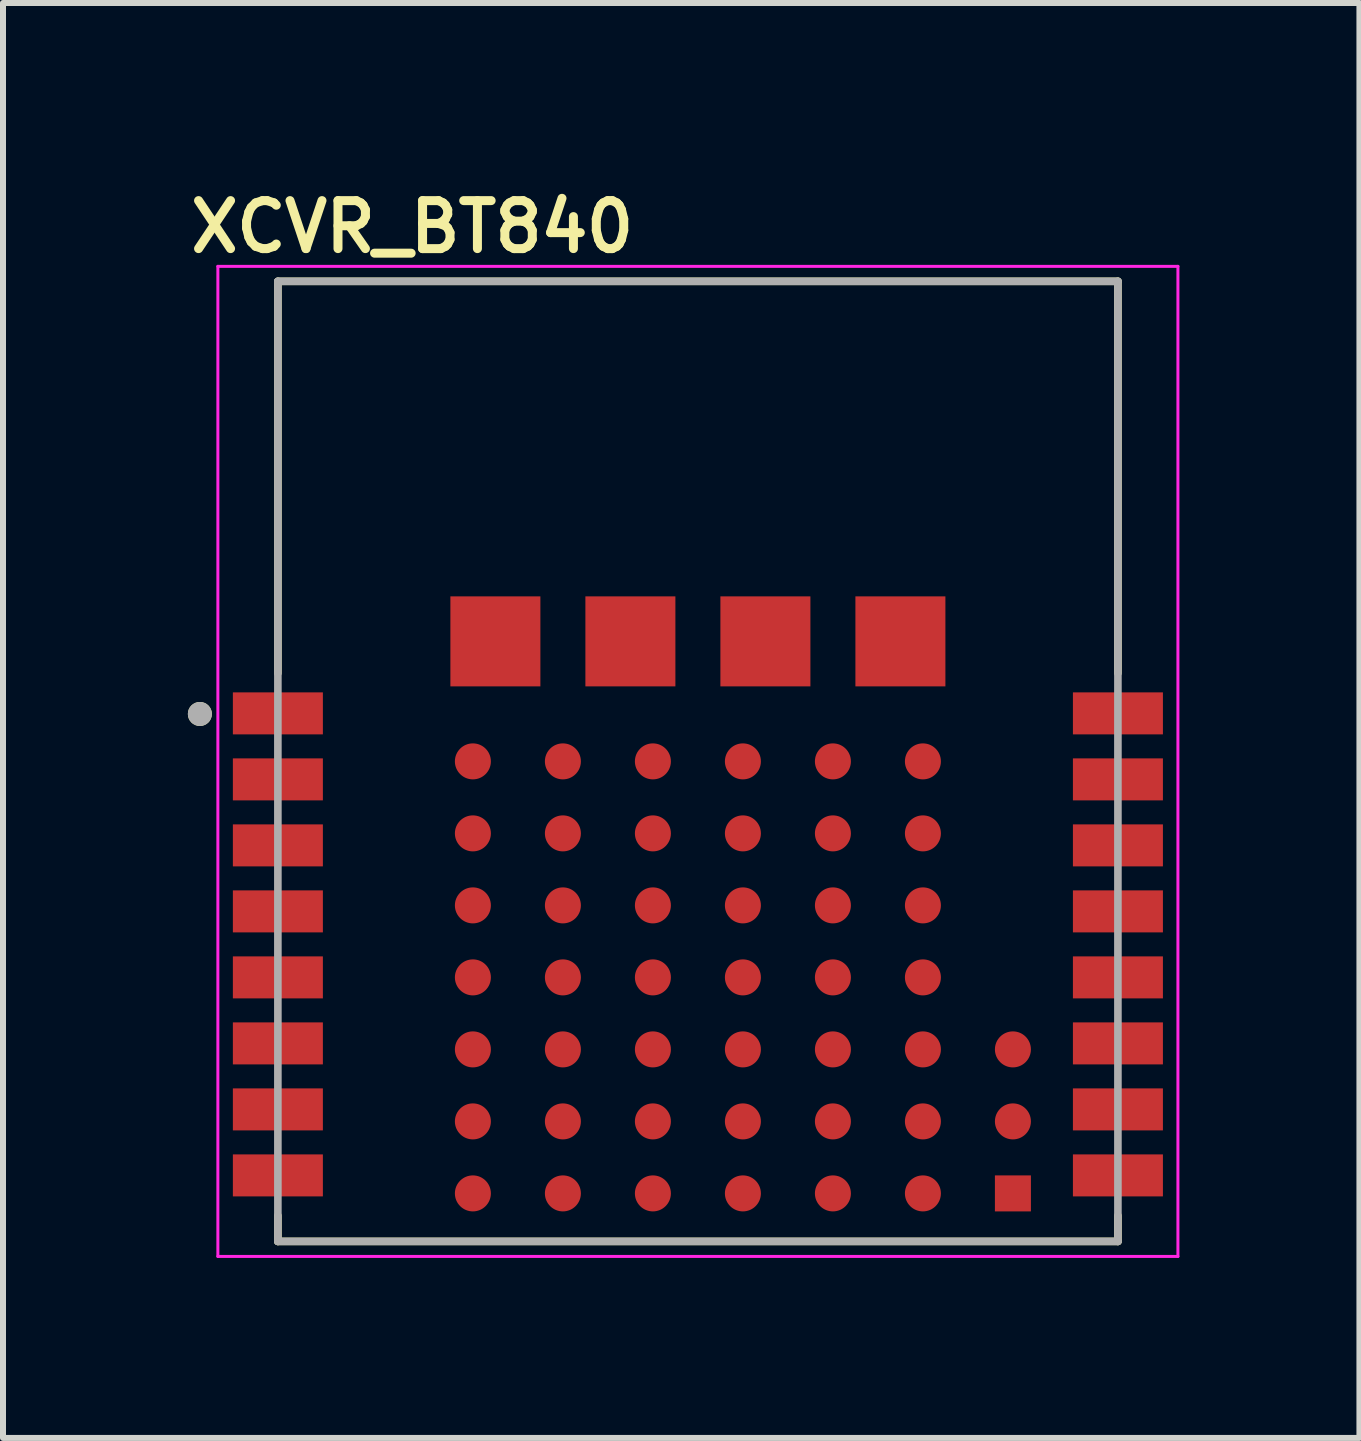
<source format=kicad_pcb>
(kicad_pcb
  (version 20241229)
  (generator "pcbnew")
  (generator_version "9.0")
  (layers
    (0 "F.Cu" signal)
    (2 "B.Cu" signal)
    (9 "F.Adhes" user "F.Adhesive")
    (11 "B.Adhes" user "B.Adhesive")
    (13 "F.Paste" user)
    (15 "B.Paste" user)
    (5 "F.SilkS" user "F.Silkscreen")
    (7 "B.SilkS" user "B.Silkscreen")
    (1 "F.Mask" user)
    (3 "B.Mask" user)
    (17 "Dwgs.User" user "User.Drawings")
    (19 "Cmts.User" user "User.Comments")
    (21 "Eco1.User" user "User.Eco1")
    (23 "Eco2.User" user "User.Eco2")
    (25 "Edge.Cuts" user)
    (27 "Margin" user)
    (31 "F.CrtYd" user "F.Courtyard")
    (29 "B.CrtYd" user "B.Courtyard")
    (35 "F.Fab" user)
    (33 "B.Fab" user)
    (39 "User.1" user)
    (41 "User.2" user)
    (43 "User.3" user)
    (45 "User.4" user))
  (footprint "XCVR_BT840"
    (layer "F.Cu")
    (at 8.581 9.639)
    (property "Reference" "XCVR_BT840" (at -4.76 -8.908 0) (layer "F.SilkS") (effects (font (size 0.8 0.8) (thickness 0.15))))
    (attr smd)
    (fp_line (start -7 -8) (end 7 -8) (stroke (width 0.127) (type solid)) (layer "F.SilkS"))
    (fp_line (start -7 -1.47) (end -7 -8) (stroke (width 0.127) (type solid)) (layer "F.SilkS"))
    (fp_line (start -7 8) (end -7 7.57) (stroke (width 0.127) (type solid)) (layer "F.SilkS"))
    (fp_line (start 7 -8) (end 7 -1.47) (stroke (width 0.127) (type solid)) (layer "F.SilkS"))
    (fp_line (start 7 8) (end -7 8) (stroke (width 0.127) (type solid)) (layer "F.SilkS"))
    (fp_line (start 7 8) (end 7 7.57) (stroke (width 0.127) (type solid)) (layer "F.SilkS"))
    (fp_circle (center -8.3 -0.79) (end -8.2 -0.79) (stroke (width 0.2) (type solid)) (fill no) (layer "F.SilkS"))
    (fp_line (start -8 -8.25) (end -8 8.25) (stroke (width 0.05) (type solid)) (layer "F.CrtYd"))
    (fp_line (start -8 8.25) (end 8 8.25) (stroke (width 0.05) (type solid)) (layer "F.CrtYd"))
    (fp_line (start 8 -8.25) (end -8 -8.25) (stroke (width 0.05) (type solid)) (layer "F.CrtYd"))
    (fp_line (start 8 8.25) (end 8 -8.25) (stroke (width 0.05) (type solid)) (layer "F.CrtYd"))
    (fp_line (start -7 -8) (end 7 -8) (stroke (width 0.127) (type solid)) (layer "F.Fab"))
    (fp_line (start -7 8) (end -7 -8) (stroke (width 0.127) (type solid)) (layer "F.Fab"))
    (fp_line (start 7 -8) (end 7 8) (stroke (width 0.127) (type solid)) (layer "F.Fab"))
    (fp_line (start 7 8) (end -7 8) (stroke (width 0.127) (type solid)) (layer "F.Fab"))
    (fp_circle (center -8.3 -0.79) (end -8.2 -0.79) (stroke (width 0.2) (type solid)) (fill no) (layer "F.Fab"))
    (pad "1" smd rect (at -7 -0.8) (size 1.5 0.7) (layers "F.Cu" "F.Mask" "F.Paste"))
    (pad "2" smd rect (at -7 0.3) (size 1.5 0.7) (layers "F.Cu" "F.Mask" "F.Paste"))
    (pad "3" smd rect (at -7 1.4) (size 1.5 0.7) (layers "F.Cu" "F.Mask" "F.Paste"))
    (pad "4" smd rect (at -7 2.5) (size 1.5 0.7) (layers "F.Cu" "F.Mask" "F.Paste"))
    (pad "5" smd rect (at -7 3.6) (size 1.5 0.7) (layers "F.Cu" "F.Mask" "F.Paste"))
    (pad "6" smd rect (at -7 4.7) (size 1.5 0.7) (layers "F.Cu" "F.Mask" "F.Paste"))
    (pad "7" smd rect (at -7 5.8) (size 1.5 0.7) (layers "F.Cu" "F.Mask" "F.Paste"))
    (pad "8" smd rect (at -7 6.9) (size 1.5 0.7) (layers "F.Cu" "F.Mask" "F.Paste"))
    (pad "9" smd rect (at 7 6.9) (size 1.5 0.7) (layers "F.Cu" "F.Mask" "F.Paste"))
    (pad "10" smd rect (at 7 5.8) (size 1.5 0.7) (layers "F.Cu" "F.Mask" "F.Paste"))
    (pad "11" smd rect (at 7 4.7) (size 1.5 0.7) (layers "F.Cu" "F.Mask" "F.Paste"))
    (pad "12" smd rect (at 7 3.6) (size 1.5 0.7) (layers "F.Cu" "F.Mask" "F.Paste"))
    (pad "13" smd rect (at 7 2.5) (size 1.5 0.7) (layers "F.Cu" "F.Mask" "F.Paste"))
    (pad "14" smd rect (at 7 1.4) (size 1.5 0.7) (layers "F.Cu" "F.Mask" "F.Paste"))
    (pad "15" smd rect (at 7 0.3) (size 1.5 0.7) (layers "F.Cu" "F.Mask" "F.Paste"))
    (pad "16" smd rect (at 7 -0.8) (size 1.5 0.7) (layers "F.Cu" "F.Mask" "F.Paste"))
    (pad "A0" smd circle (at -2.25 0) (size 0.6 0.6) (layers "F.Cu" "F.Mask" "F.Paste"))
    (pad "A1" smd circle (at -2.25 1.2) (size 0.6 0.6) (layers "F.Cu" "F.Mask" "F.Paste"))
    (pad "A2" smd circle (at -2.25 2.4) (size 0.6 0.6) (layers "F.Cu" "F.Mask" "F.Paste"))
    (pad "A3" smd circle (at -2.25 3.6) (size 0.6 0.6) (layers "F.Cu" "F.Mask" "F.Paste"))
    (pad "A4" smd circle (at -2.25 4.8) (size 0.6 0.6) (layers "F.Cu" "F.Mask" "F.Paste"))
    (pad "A5" smd circle (at -2.25 6) (size 0.6 0.6) (layers "F.Cu" "F.Mask" "F.Paste"))
    (pad "A6" smd circle (at -2.25 7.2) (size 0.6 0.6) (layers "F.Cu" "F.Mask" "F.Paste"))
    (pad "B0" smd circle (at -0.75 0) (size 0.6 0.6) (layers "F.Cu" "F.Mask" "F.Paste"))
    (pad "B1" smd circle (at -0.75 1.2) (size 0.6 0.6) (layers "F.Cu" "F.Mask" "F.Paste"))
    (pad "B2" smd circle (at -0.75 2.4) (size 0.6 0.6) (layers "F.Cu" "F.Mask" "F.Paste"))
    (pad "B3" smd circle (at -0.75 3.6) (size 0.6 0.6) (layers "F.Cu" "F.Mask" "F.Paste"))
    (pad "B4" smd circle (at -0.75 4.8) (size 0.6 0.6) (layers "F.Cu" "F.Mask" "F.Paste"))
    (pad "B5" smd circle (at -0.75 6) (size 0.6 0.6) (layers "F.Cu" "F.Mask" "F.Paste"))
    (pad "B6" smd circle (at -0.75 7.2) (size 0.6 0.6) (layers "F.Cu" "F.Mask" "F.Paste"))
    (pad "C0" smd circle (at 0.75 0) (size 0.6 0.6) (layers "F.Cu" "F.Mask" "F.Paste"))
    (pad "C1" smd circle (at 0.75 1.2) (size 0.6 0.6) (layers "F.Cu" "F.Mask" "F.Paste"))
    (pad "C2" smd circle (at 0.75 2.4) (size 0.6 0.6) (layers "F.Cu" "F.Mask" "F.Paste"))
    (pad "C3" smd circle (at 0.75 3.6) (size 0.6 0.6) (layers "F.Cu" "F.Mask" "F.Paste"))
    (pad "C4" smd circle (at 0.75 4.8) (size 0.6 0.6) (layers "F.Cu" "F.Mask" "F.Paste"))
    (pad "C5" smd circle (at 0.75 6) (size 0.6 0.6) (layers "F.Cu" "F.Mask" "F.Paste"))
    (pad "C6" smd circle (at 0.75 7.2) (size 0.6 0.6) (layers "F.Cu" "F.Mask" "F.Paste"))
    (pad "D0" smd circle (at 2.25 0) (size 0.6 0.6) (layers "F.Cu" "F.Mask" "F.Paste"))
    (pad "D1" smd circle (at 2.25 1.2) (size 0.6 0.6) (layers "F.Cu" "F.Mask" "F.Paste"))
    (pad "D2" smd circle (at 2.25 2.4) (size 0.6 0.6) (layers "F.Cu" "F.Mask" "F.Paste"))
    (pad "D3" smd circle (at 2.25 3.6) (size 0.6 0.6) (layers "F.Cu" "F.Mask" "F.Paste"))
    (pad "D4" smd circle (at 2.25 4.8) (size 0.6 0.6) (layers "F.Cu" "F.Mask" "F.Paste"))
    (pad "D5" smd circle (at 2.25 6) (size 0.6 0.6) (layers "F.Cu" "F.Mask" "F.Paste"))
    (pad "D6" smd circle (at 2.25 7.2) (size 0.6 0.6) (layers "F.Cu" "F.Mask" "F.Paste"))
    (pad "E0" smd circle (at 3.75 0) (size 0.6 0.6) (layers "F.Cu" "F.Mask" "F.Paste"))
    (pad "E1" smd circle (at 3.75 1.2) (size 0.6 0.6) (layers "F.Cu" "F.Mask" "F.Paste"))
    (pad "E2" smd circle (at 3.75 2.4) (size 0.6 0.6) (layers "F.Cu" "F.Mask" "F.Paste"))
    (pad "E3" smd circle (at 3.75 3.6) (size 0.6 0.6) (layers "F.Cu" "F.Mask" "F.Paste"))
    (pad "E4" smd circle (at 3.75 4.8) (size 0.6 0.6) (layers "F.Cu" "F.Mask" "F.Paste"))
    (pad "E5" smd circle (at 3.75 6) (size 0.6 0.6) (layers "F.Cu" "F.Mask" "F.Paste"))
    (pad "E6" smd circle (at 3.75 7.2) (size 0.6 0.6) (layers "F.Cu" "F.Mask" "F.Paste"))
    (pad "F0" smd rect (at -3.375 -2) (size 1.5 1.5) (layers "F.Cu" "F.Mask" "F.Paste"))
    (pad "F1" smd rect (at -1.125 -2) (size 1.5 1.5) (layers "F.Cu" "F.Mask" "F.Paste"))
    (pad "F2" smd rect (at 1.125 -2) (size 1.5 1.5) (layers "F.Cu" "F.Mask" "F.Paste"))
    (pad "F3" smd rect (at 3.375 -2) (size 1.5 1.5) (layers "F.Cu" "F.Mask" "F.Paste"))
    (pad "F4" smd circle (at 5.25 4.8) (size 0.6 0.6) (layers "F.Cu" "F.Mask" "F.Paste"))
    (pad "F5" smd circle (at 5.25 6) (size 0.6 0.6) (layers "F.Cu" "F.Mask" "F.Paste"))
    (pad "F6" smd rect (at 5.25 7.2) (size 0.6 0.6) (layers "F.Cu" "F.Mask" "F.Paste"))
    (pad "Z0" smd circle (at -3.75 0) (size 0.6 0.6) (layers "F.Cu" "F.Mask" "F.Paste"))
    (pad "Z1" smd circle (at -3.75 1.2) (size 0.6 0.6) (layers "F.Cu" "F.Mask" "F.Paste"))
    (pad "Z2" smd circle (at -3.75 2.4) (size 0.6 0.6) (layers "F.Cu" "F.Mask" "F.Paste"))
    (pad "Z3" smd circle (at -3.75 3.6) (size 0.6 0.6) (layers "F.Cu" "F.Mask" "F.Paste"))
    (pad "Z4" smd circle (at -3.75 4.8) (size 0.6 0.6) (layers "F.Cu" "F.Mask" "F.Paste"))
    (pad "Z5" smd circle (at -3.75 6) (size 0.6 0.6) (layers "F.Cu" "F.Mask" "F.Paste"))
    (pad "Z6" smd circle (at -3.75 7.2) (size 0.6 0.6) (layers "F.Cu" "F.Mask" "F.Paste"))
    (zone (net_name "") (layer "F.Cu") (hatch full 0.508) (connect_pads) (min_thickness 0.01) (filled_areas_thickness no) (keepout (tracks not_allowed) (vias not_allowed) (pads not_allowed) (copperpour not_allowed) (footprints allowed)) (placement (enabled no)) (fill) (polygon (pts (xy 1.581 1.639) (xy 15.581 1.639) (xy 15.581 6.639) (xy 1.581 6.639))))
    (zone (net_name "") (layers "F.Cu" "B.Cu") (hatch full 0.508) (connect_pads) (min_thickness 0.01) (filled_areas_thickness no) (keepout (tracks allowed) (vias not_allowed) (pads allowed) (copperpour allowed) (footprints allowed)) (placement (enabled no)) (fill) (polygon (pts (xy 1.581 1.639) (xy 15.581 1.639) (xy 15.581 6.639) (xy 1.581 6.639)))))
  (gr_rect
    (start -3 -3)
    (end 19.606 20.914)
    (stroke (width 0.1) (type default))
    (fill no)
    (layer "Edge.Cuts")))
</source>
